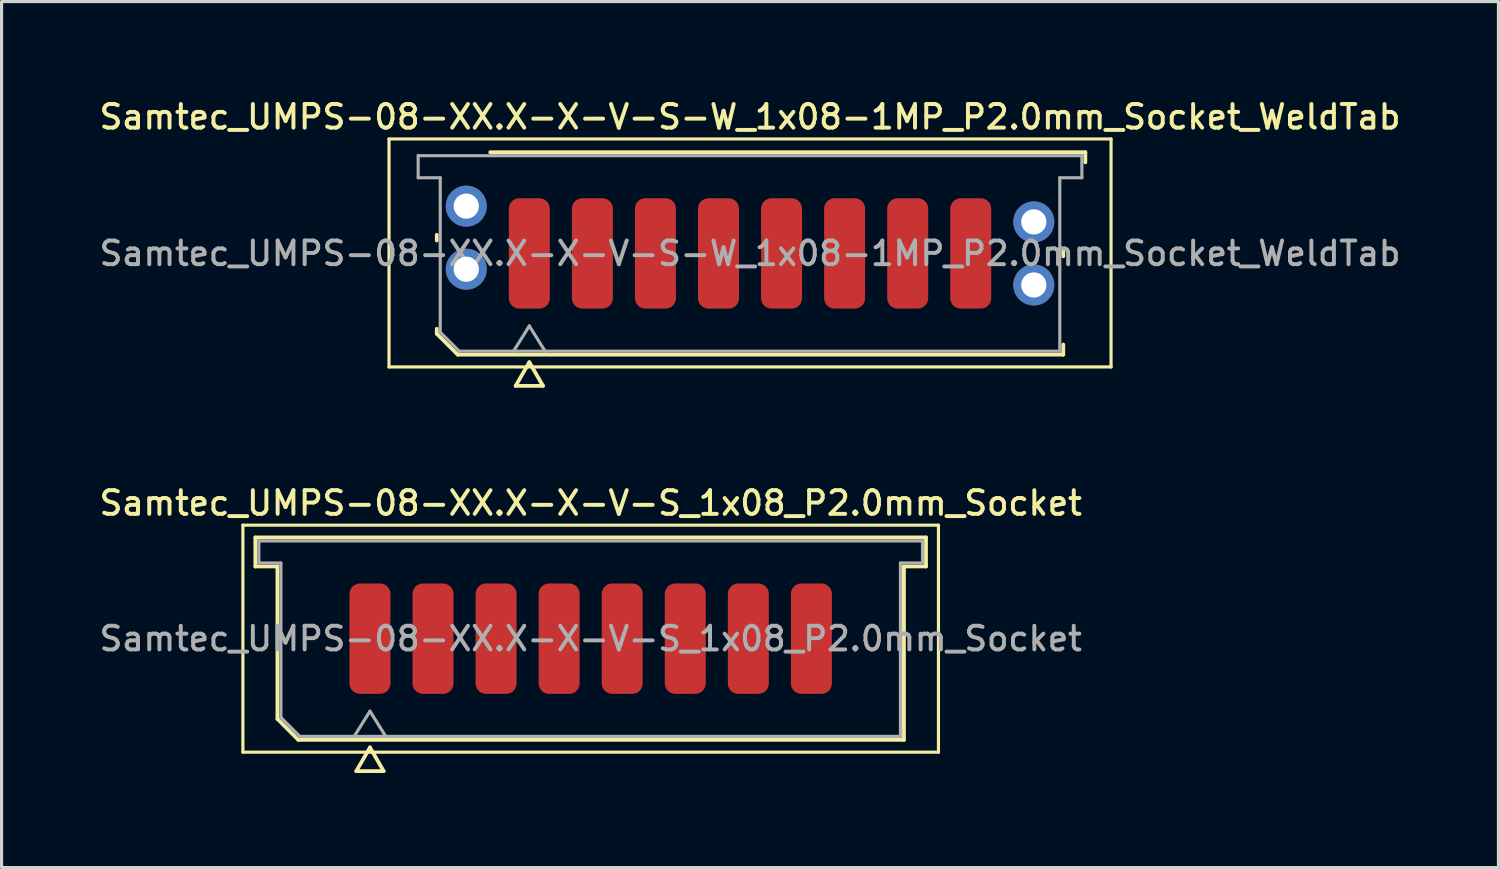
<source format=kicad_pcb>
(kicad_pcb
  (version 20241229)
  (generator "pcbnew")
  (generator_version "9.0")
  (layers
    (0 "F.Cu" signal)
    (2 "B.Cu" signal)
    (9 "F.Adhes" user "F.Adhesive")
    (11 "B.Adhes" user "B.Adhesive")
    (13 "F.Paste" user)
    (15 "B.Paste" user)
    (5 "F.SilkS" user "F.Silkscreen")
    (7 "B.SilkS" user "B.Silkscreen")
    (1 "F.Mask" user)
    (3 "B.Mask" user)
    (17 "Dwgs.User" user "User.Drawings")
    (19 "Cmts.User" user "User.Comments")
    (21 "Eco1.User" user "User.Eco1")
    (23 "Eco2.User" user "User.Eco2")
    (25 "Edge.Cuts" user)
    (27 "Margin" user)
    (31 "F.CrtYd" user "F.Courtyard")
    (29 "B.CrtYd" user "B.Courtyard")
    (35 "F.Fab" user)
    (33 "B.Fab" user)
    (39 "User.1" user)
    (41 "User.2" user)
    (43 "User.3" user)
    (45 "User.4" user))
  (footprint "Samtec_UMPS-08-XX.X-X-V-S-W_1x08-1MP_P2.0mm_Socket_WeldTab"
    (layer "F.Cu")
    (at 20.738 4.988)
    (property "Reference" "Samtec_UMPS-08-XX.X-X-V-S-W_1x08-1MP_P2.0mm_Socket_WeldTab" (at 0 -4.33 0) (layer "F.SilkS") (effects (font (size 0.75 0.75) (thickness 0.125))))
    (attr smd)
    (fp_line (start -11.45 -3.63) (end -11.45 3.6) (stroke (width 0.1) (type solid)) (layer "F.SilkS"))
    (fp_line (start -11.45 3.6) (end 11.45 3.6) (stroke (width 0.1) (type solid)) (layer "F.SilkS"))
    (fp_line (start -9.935 -0.41) (end -9.935 -0.59) (stroke (width 0.12) (type solid)) (layer "F.SilkS"))
    (fp_line (start -9.935 2.546) (end -9.935 2.39) (stroke (width 0.12) (type solid)) (layer "F.SilkS"))
    (fp_line (start -9.271 3.21) (end -9.935 2.546) (stroke (width 0.12) (type solid)) (layer "F.SilkS"))
    (fp_line (start -8.24 -3.21) (end 10.635 -3.21) (stroke (width 0.12) (type solid)) (layer "F.SilkS"))
    (fp_line (start -7.433 4.2) (end -7 3.45) (stroke (width 0.12) (type solid)) (layer "F.SilkS"))
    (fp_line (start -7 3.45) (end -6.567 4.2) (stroke (width 0.12) (type solid)) (layer "F.SilkS"))
    (fp_line (start -6.567 4.2) (end -7.433 4.2) (stroke (width 0.12) (type solid)) (layer "F.SilkS"))
    (fp_line (start 9.935 -0.09) (end 9.935 0.09) (stroke (width 0.12) (type solid)) (layer "F.SilkS"))
    (fp_line (start 9.935 2.89) (end 9.935 3.21) (stroke (width 0.12) (type solid)) (layer "F.SilkS"))
    (fp_line (start 9.935 3.21) (end -9.271 3.21) (stroke (width 0.12) (type solid)) (layer "F.SilkS"))
    (fp_line (start 10.635 -3.21) (end 10.635 -2.89) (stroke (width 0.12) (type solid)) (layer "F.SilkS"))
    (fp_line (start 11.45 -3.63) (end -11.45 -3.63) (stroke (width 0.1) (type solid)) (layer "F.SilkS"))
    (fp_line (start 11.45 3.6) (end 11.45 -3.63) (stroke (width 0.1) (type solid)) (layer "F.SilkS"))
    (fp_line (start -10.525 -3.1) (end 10.525 -3.1) (stroke (width 0.1) (type solid)) (layer "F.Fab"))
    (fp_line (start -10.525 -2.4) (end -10.525 -3.1) (stroke (width 0.1) (type solid)) (layer "F.Fab"))
    (fp_line (start -9.825 -2.4) (end -10.525 -2.4) (stroke (width 0.1) (type solid)) (layer "F.Fab"))
    (fp_line (start -9.825 2.5) (end -9.825 -2.4) (stroke (width 0.1) (type solid)) (layer "F.Fab"))
    (fp_line (start -9.225 3.1) (end -9.825 2.5) (stroke (width 0.1) (type solid)) (layer "F.Fab"))
    (fp_line (start -7.5 3.1) (end -7 2.3) (stroke (width 0.1) (type solid)) (layer "F.Fab"))
    (fp_line (start -7 2.3) (end -6.5 3.1) (stroke (width 0.1) (type solid)) (layer "F.Fab"))
    (fp_line (start 9.825 -2.4) (end 9.825 3.1) (stroke (width 0.1) (type solid)) (layer "F.Fab"))
    (fp_line (start 9.825 3.1) (end -9.225 3.1) (stroke (width 0.1) (type solid)) (layer "F.Fab"))
    (fp_line (start 10.525 -3.1) (end 10.525 -2.4) (stroke (width 0.1) (type solid)) (layer "F.Fab"))
    (fp_line (start 10.525 -2.4) (end 9.825 -2.4) (stroke (width 0.1) (type solid)) (layer "F.Fab"))
    (fp_text user "${REFERENCE}" (at 0 0 0) (layer "F.Fab") (effects (font (size 0.75 0.75) (thickness 0.125))))
    (pad "" smd rect (at -9.725 -1.99) (size 2.45 2.28) (layers "F.Paste"))
    (pad "" smd rect (at -9.725 0.99) (size 2.45 2.28) (layers "F.Paste"))
    (pad "" smd rect (at 9.725 -1.49) (size 2.45 2.28) (layers "F.Paste"))
    (pad "" smd rect (at 9.725 1.49) (size 2.45 2.28) (layers "F.Paste"))
    (pad "1" smd roundrect (at -7 0) (size 1.3 3.5) (layers "F.Cu" "F.Mask" "F.Paste") (roundrect_rratio 0.25))
    (pad "2" smd roundrect (at -5 0) (size 1.3 3.5) (layers "F.Cu" "F.Mask" "F.Paste") (roundrect_rratio 0.25))
    (pad "3" smd roundrect (at -3 0) (size 1.3 3.5) (layers "F.Cu" "F.Mask" "F.Paste") (roundrect_rratio 0.25))
    (pad "4" smd roundrect (at -1 0) (size 1.3 3.5) (layers "F.Cu" "F.Mask" "F.Paste") (roundrect_rratio 0.25))
    (pad "5" smd roundrect (at 1 0) (size 1.3 3.5) (layers "F.Cu" "F.Mask" "F.Paste") (roundrect_rratio 0.25))
    (pad "6" smd roundrect (at 3 0) (size 1.3 3.5) (layers "F.Cu" "F.Mask" "F.Paste") (roundrect_rratio 0.25))
    (pad "7" smd roundrect (at 5 0) (size 1.3 3.5) (layers "F.Cu" "F.Mask" "F.Paste") (roundrect_rratio 0.25))
    (pad "8" smd roundrect (at 7 0) (size 1.3 3.5) (layers "F.Cu" "F.Mask" "F.Paste") (roundrect_rratio 0.25))
    (pad "MP" thru_hole circle (at -9 -1.5) (size 1.3 1.3) (drill 0.8) (layers "*.Cu" "*.Mask"))
    (pad "MP" thru_hole circle (at -9 0.5) (size 1.3 1.3) (drill 0.8) (layers "*.Cu" "*.Mask"))
    (pad "MP" thru_hole circle (at 9 -1) (size 1.3 1.3) (drill 0.8) (layers "*.Cu" "*.Mask"))
    (pad "MP" thru_hole circle (at 9 1) (size 1.3 1.3) (drill 0.8) (layers "*.Cu" "*.Mask")))
  (footprint "Samtec_UMPS-08-XX.X-X-V-S_1x08_P2.0mm_Socket"
    (layer "F.Cu")
    (at 15.684 17.206)
    (property "Reference" "Samtec_UMPS-08-XX.X-X-V-S_1x08_P2.0mm_Socket" (at 0 -4.3 0) (layer "F.SilkS") (effects (font (size 0.75 0.75) (thickness 0.125))))
    (attr smd)
    (fp_line (start -11.03 -3.6) (end -11.03 3.6) (stroke (width 0.1) (type solid)) (layer "F.SilkS"))
    (fp_line (start -11.03 3.6) (end 11.03 3.6) (stroke (width 0.1) (type solid)) (layer "F.SilkS"))
    (fp_line (start -10.635 -3.21) (end 10.635 -3.21) (stroke (width 0.12) (type solid)) (layer "F.SilkS"))
    (fp_line (start -10.635 -2.29) (end -10.635 -3.21) (stroke (width 0.12) (type solid)) (layer "F.SilkS"))
    (fp_line (start -9.935 -2.29) (end -10.635 -2.29) (stroke (width 0.12) (type solid)) (layer "F.SilkS"))
    (fp_line (start -9.935 2.546) (end -9.935 -2.29) (stroke (width 0.12) (type solid)) (layer "F.SilkS"))
    (fp_line (start -9.271 3.21) (end -9.935 2.546) (stroke (width 0.12) (type solid)) (layer "F.SilkS"))
    (fp_line (start -7.433 4.2) (end -7 3.45) (stroke (width 0.12) (type solid)) (layer "F.SilkS"))
    (fp_line (start -7 3.45) (end -6.567 4.2) (stroke (width 0.12) (type solid)) (layer "F.SilkS"))
    (fp_line (start -6.567 4.2) (end -7.433 4.2) (stroke (width 0.12) (type solid)) (layer "F.SilkS"))
    (fp_line (start 9.935 -2.29) (end 9.935 3.21) (stroke (width 0.12) (type solid)) (layer "F.SilkS"))
    (fp_line (start 9.935 3.21) (end -9.271 3.21) (stroke (width 0.12) (type solid)) (layer "F.SilkS"))
    (fp_line (start 10.635 -3.21) (end 10.635 -2.29) (stroke (width 0.12) (type solid)) (layer "F.SilkS"))
    (fp_line (start 10.635 -2.29) (end 9.935 -2.29) (stroke (width 0.12) (type solid)) (layer "F.SilkS"))
    (fp_line (start 11.03 -3.6) (end -11.03 -3.6) (stroke (width 0.1) (type solid)) (layer "F.SilkS"))
    (fp_line (start 11.03 3.6) (end 11.03 -3.6) (stroke (width 0.1) (type solid)) (layer "F.SilkS"))
    (fp_line (start -10.525 -3.1) (end 10.525 -3.1) (stroke (width 0.1) (type solid)) (layer "F.Fab"))
    (fp_line (start -10.525 -2.4) (end -10.525 -3.1) (stroke (width 0.1) (type solid)) (layer "F.Fab"))
    (fp_line (start -9.825 -2.4) (end -10.525 -2.4) (stroke (width 0.1) (type solid)) (layer "F.Fab"))
    (fp_line (start -9.825 2.5) (end -9.825 -2.4) (stroke (width 0.1) (type solid)) (layer "F.Fab"))
    (fp_line (start -9.225 3.1) (end -9.825 2.5) (stroke (width 0.1) (type solid)) (layer "F.Fab"))
    (fp_line (start -7.5 3.1) (end -7 2.3) (stroke (width 0.1) (type solid)) (layer "F.Fab"))
    (fp_line (start -7 2.3) (end -6.5 3.1) (stroke (width 0.1) (type solid)) (layer "F.Fab"))
    (fp_line (start 9.825 -2.4) (end 9.825 3.1) (stroke (width 0.1) (type solid)) (layer "F.Fab"))
    (fp_line (start 9.825 3.1) (end -9.225 3.1) (stroke (width 0.1) (type solid)) (layer "F.Fab"))
    (fp_line (start 10.525 -3.1) (end 10.525 -2.4) (stroke (width 0.1) (type solid)) (layer "F.Fab"))
    (fp_line (start 10.525 -2.4) (end 9.825 -2.4) (stroke (width 0.1) (type solid)) (layer "F.Fab"))
    (fp_text user "${REFERENCE}" (at 0 0 0) (layer "F.Fab") (effects (font (size 0.75 0.75) (thickness 0.125))))
    (pad "1" smd roundrect (at -7 0) (size 1.3 3.5) (layers "F.Cu" "F.Mask" "F.Paste") (roundrect_rratio 0.25))
    (pad "2" smd roundrect (at -5 0) (size 1.3 3.5) (layers "F.Cu" "F.Mask" "F.Paste") (roundrect_rratio 0.25))
    (pad "3" smd roundrect (at -3 0) (size 1.3 3.5) (layers "F.Cu" "F.Mask" "F.Paste") (roundrect_rratio 0.25))
    (pad "4" smd roundrect (at -1 0) (size 1.3 3.5) (layers "F.Cu" "F.Mask" "F.Paste") (roundrect_rratio 0.25))
    (pad "5" smd roundrect (at 1 0) (size 1.3 3.5) (layers "F.Cu" "F.Mask" "F.Paste") (roundrect_rratio 0.25))
    (pad "6" smd roundrect (at 3 0) (size 1.3 3.5) (layers "F.Cu" "F.Mask" "F.Paste") (roundrect_rratio 0.25))
    (pad "7" smd roundrect (at 5 0) (size 1.3 3.5) (layers "F.Cu" "F.Mask" "F.Paste") (roundrect_rratio 0.25))
    (pad "8" smd roundrect (at 7 0) (size 1.3 3.5) (layers "F.Cu" "F.Mask" "F.Paste") (roundrect_rratio 0.25)))
  (gr_rect
    (start -3 -3)
    (end 44.475 24.466)
    (stroke (width 0.1) (type default))
    (fill no)
    (layer "Edge.Cuts")))
</source>
